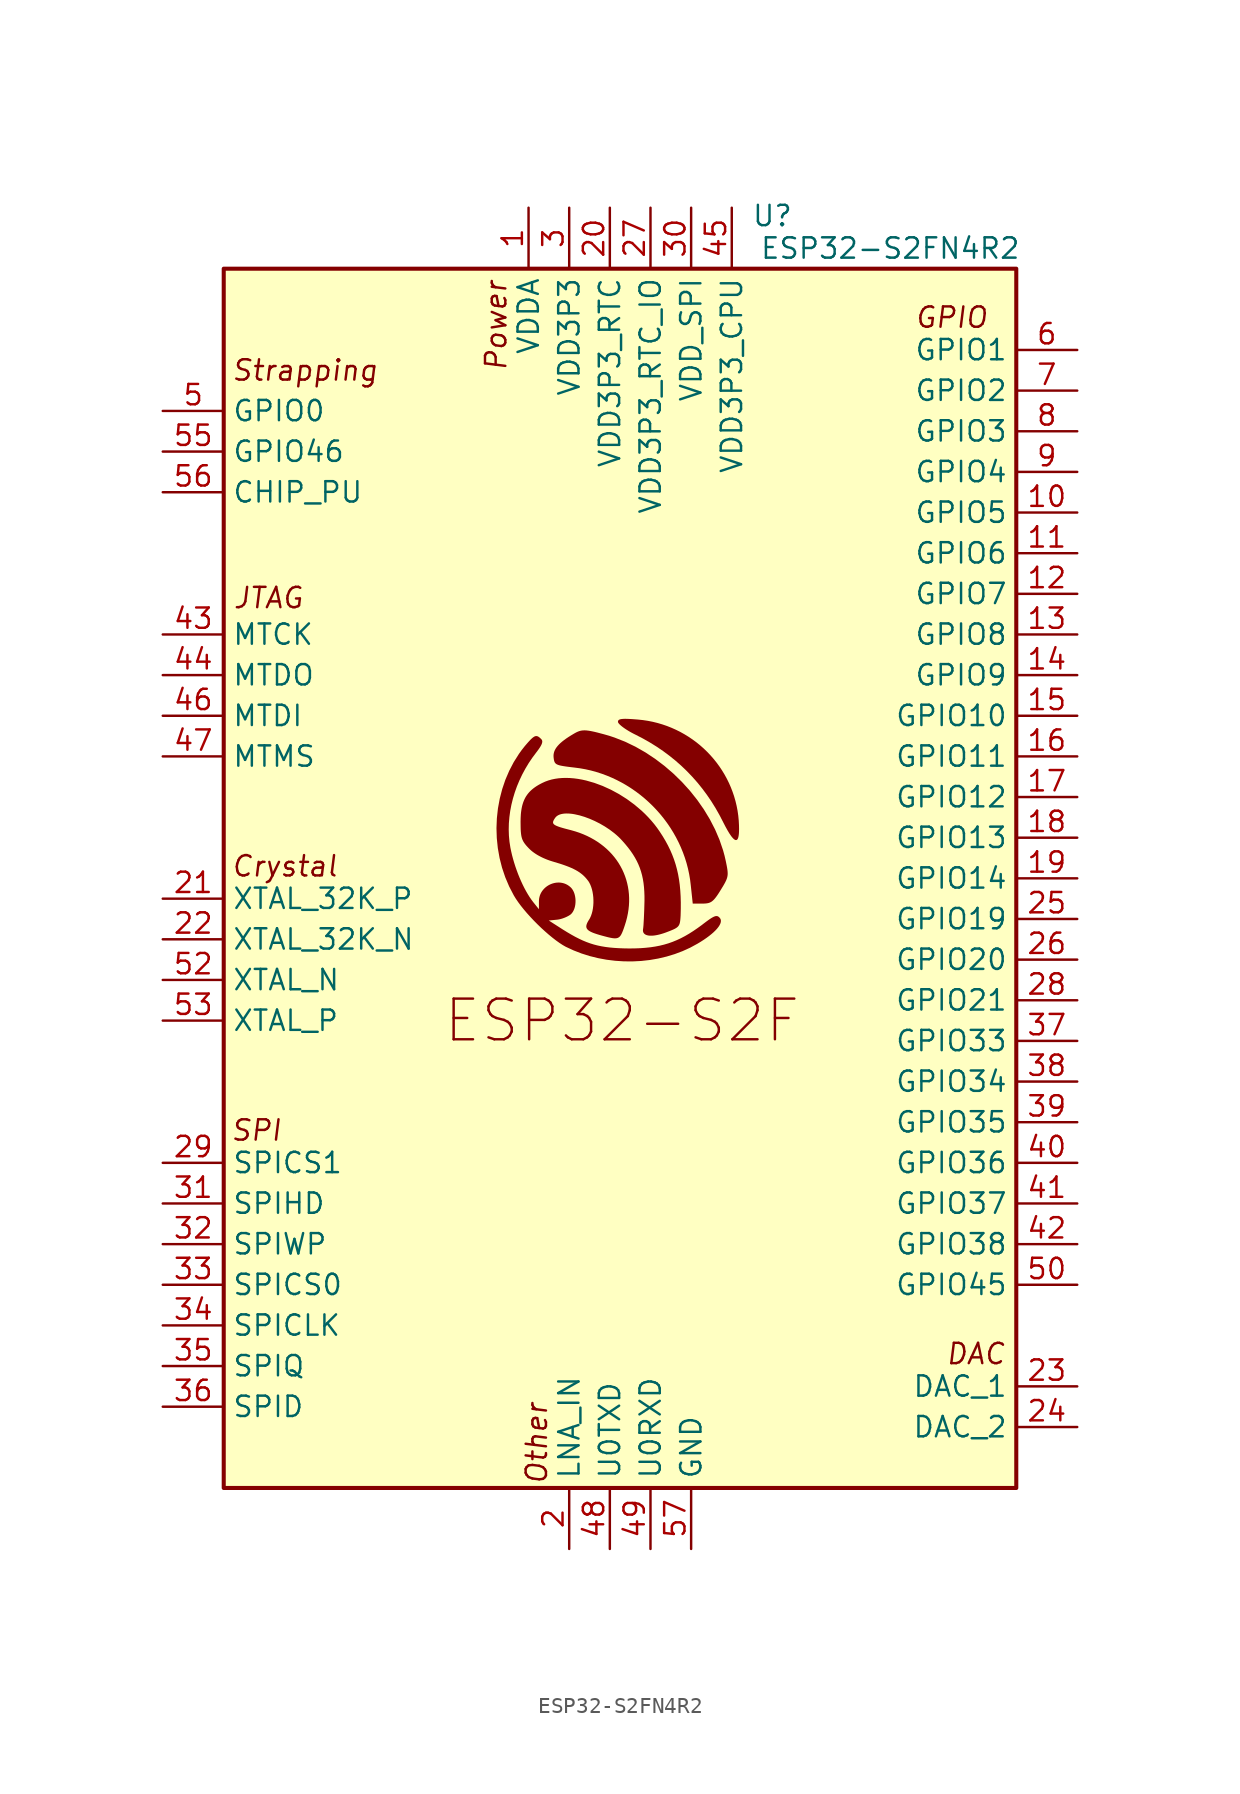
<source format=kicad_sym>
(kicad_symbol_lib
  (version 20231120)
  (generator "kicad_symbol_editor")
  (generator_version "8.0")
  (symbol "ESP32-S2FN4R2"
    (property "Reference" "U"
      (at 8.89 38.862 0)
      (effects (font (size 1.27 1.27))))
    (property "Value" "ESP32-S2FN4R2"
      (at 16.256 36.83 0)
      (effects (font (size 1.27 1.27))))
    (symbol "ESP32-S2FN4R2_1_0"
      (polyline (pts (xy -0.138 7.425) (xy 0.142 7.41) (xy 0.489 7.383) (xy 0.803 7.349) (xy 1.112 7.302) (xy 1.417 7.241) (xy 1.717 7.167) (xy 2.011 7.08) (xy 2.3 6.981) (xy 2.583 6.869) (xy 2.86 6.745) (xy 3.13 6.611) (xy 3.393 6.464) (xy 3.649 6.307) (xy 3.897 6.139) (xy 4.138 5.962) (xy 4.37 5.774) (xy 4.594 5.576) (xy 4.809 5.369) (xy 5.014 5.154) (xy 5.211 4.929) (xy 5.397 4.697) (xy 5.574 4.456) (xy 5.74 4.208) (xy 5.895 3.953) (xy 6.039 3.69) (xy 6.172 3.421) (xy 6.293 3.146) (xy 6.402 2.864) (xy 6.499 2.577) (xy 6.583 2.285) (xy 6.654 1.987) (xy 6.712 1.685) (xy 6.756 1.378) (xy 6.786 1.068) (xy 6.801 0.788) (xy 6.806 0.545) (xy 6.801 0.339) (xy 6.795 0.249) (xy 6.786 0.168) (xy 6.775 0.097) (xy 6.761 0.034) (xy 6.745 -0.019) (xy 6.726 -0.063) (xy 6.705 -0.099) (xy 6.681 -0.124) (xy 6.654 -0.141) (xy 6.625 -0.149) (xy 6.594 -0.148) (xy 6.56 -0.138) (xy 6.523 -0.118) (xy 6.484 -0.09) (xy 6.443 -0.052) (xy 6.399 -0.005) (xy 6.352 0.05) (xy 6.303 0.115) (xy 6.196 0.272) (xy 6.08 0.466) (xy 5.953 0.696) (xy 5.816 0.962) (xy 5.584 1.411) (xy 5.337 1.847) (xy 5.075 2.268) (xy 4.798 2.675) (xy 4.507 3.067) (xy 4.201 3.446) (xy 3.88 3.809) (xy 3.545 4.159) (xy 3.196 4.494) (xy 2.832 4.815) (xy 2.453 5.12) (xy 2.061 5.412) (xy 1.654 5.689) (xy 1.233 5.95) (xy 0.797 6.198) (xy 0.348 6.43) (xy 0.234 6.487) (xy 0.123 6.545) (xy 0.016 6.604) (xy -0.086 6.663) (xy -0.183 6.723) (xy -0.275 6.781) (xy -0.36 6.839) (xy -0.439 6.895) (xy -0.511 6.95) (xy -0.574 7.002) (xy -0.63 7.051) (xy -0.676 7.097) (xy -0.696 7.119) (xy -0.714 7.14) (xy -0.728 7.16) (xy -0.741 7.178) (xy -0.75 7.196) (xy -0.757 7.212) (xy -0.762 7.228) (xy -0.763 7.241) (xy -0.76 7.276) (xy -0.751 7.307) (xy -0.735 7.334) (xy -0.711 7.358) (xy -0.679 7.378) (xy -0.637 7.394) (xy -0.584 7.408) (xy -0.521 7.418) (xy -0.445 7.424) (xy -0.357 7.428) (xy -0.255 7.428) (xy -0.138 7.425)) (stroke (width -0.0001) (type solid)) (fill (type outline)))
      (polyline (pts (xy -2.735 6.703) (xy -2.623 6.69) (xy -2.499 6.671) (xy -2.361 6.644) (xy -2.209 6.611) (xy -2.04 6.569) (xy -1.645 6.465) (xy -1.309 6.369) (xy -0.975 6.258) (xy -0.315 5.998) (xy 0.331 5.686) (xy 0.959 5.327) (xy 1.567 4.924) (xy 2.152 4.48) (xy 2.709 3.999) (xy 3.236 3.484) (xy 3.73 2.939) (xy 4.187 2.366) (xy 4.604 1.769) (xy 4.978 1.152) (xy 5.305 0.518) (xy 5.582 -0.13) (xy 5.807 -0.789) (xy 5.898 -1.121) (xy 5.975 -1.455) (xy 6.038 -1.767) (xy 6.061 -1.898) (xy 6.079 -2.016) (xy 6.09 -2.123) (xy 6.095 -2.222) (xy 6.094 -2.268) (xy 6.092 -2.314) (xy 6.087 -2.359) (xy 6.081 -2.403) (xy 6.072 -2.446) (xy 6.062 -2.49) (xy 6.049 -2.534) (xy 6.034 -2.579) (xy 5.997 -2.671) (xy 5.95 -2.769) (xy 5.893 -2.876) (xy 5.826 -2.994) (xy 5.657 -3.271) (xy 5.575 -3.403) (xy 5.499 -3.521) (xy 5.428 -3.625) (xy 5.362 -3.716) (xy 5.299 -3.796) (xy 5.268 -3.832) (xy 5.238 -3.865) (xy 5.208 -3.895) (xy 5.179 -3.923) (xy 5.149 -3.949) (xy 5.119 -3.973) (xy 5.09 -3.994) (xy 5.059 -4.013) (xy 5.029 -4.03) (xy 4.997 -4.045) (xy 4.965 -4.059) (xy 4.933 -4.071) (xy 4.899 -4.081) (xy 4.864 -4.09) (xy 4.827 -4.097) (xy 4.79 -4.103) (xy 4.71 -4.112) (xy 4.623 -4.117) (xy 4.529 -4.118) (xy 3.911 -4.118) (xy 3.788 -2.972) (xy 3.745 -2.619) (xy 3.686 -2.271) (xy 3.612 -1.927) (xy 3.523 -1.588) (xy 3.419 -1.254) (xy 3.301 -0.926) (xy 3.169 -0.603) (xy 3.024 -0.287) (xy 2.865 0.023) (xy 2.694 0.325) (xy 2.511 0.62) (xy 2.315 0.908) (xy 2.108 1.187) (xy 1.89 1.457) (xy 1.661 1.718) (xy 1.422 1.97) (xy 1.173 2.211) (xy 0.914 2.443) (xy 0.646 2.664) (xy 0.369 2.874) (xy 0.084 3.072) (xy -0.209 3.258) (xy -0.51 3.433) (xy -0.819 3.594) (xy -1.133 3.743) (xy -1.455 3.878) (xy -1.782 3.999) (xy -2.116 4.106) (xy -2.454 4.199) (xy -2.797 4.276) (xy -3.145 4.338) (xy -3.497 4.384) (xy -3.706 4.409) (xy -3.89 4.432) (xy -4.05 4.454) (xy -4.189 4.476) (xy -4.252 4.487) (xy -4.309 4.498) (xy -4.362 4.509) (xy -4.41 4.521) (xy -4.454 4.534) (xy -4.495 4.547) (xy -4.531 4.561) (xy -4.564 4.576) (xy -4.594 4.591) (xy -4.621 4.608) (xy -4.645 4.627) (xy -4.666 4.646) (xy -4.684 4.667) (xy -4.701 4.689) (xy -4.715 4.713) (xy -4.728 4.739) (xy -4.738 4.766) (xy -4.748 4.795) (xy -4.756 4.827) (xy -4.763 4.861) (xy -4.775 4.935) (xy -4.785 5.019) (xy -4.79 5.111) (xy -4.785 5.201) (xy -4.77 5.291) (xy -4.745 5.379) (xy -4.709 5.468) (xy -4.662 5.556) (xy -4.604 5.644) (xy -4.533 5.733) (xy -4.451 5.823) (xy -4.357 5.914) (xy -4.25 6.006) (xy -4.13 6.1) (xy -3.997 6.197) (xy -3.85 6.295) (xy -3.689 6.396) (xy -3.515 6.5) (xy -3.428 6.55) (xy -3.345 6.593) (xy -3.265 6.629) (xy -3.185 6.659) (xy -3.105 6.681) (xy -3.021 6.697) (xy -2.933 6.706) (xy -2.838 6.708) (xy -2.735 6.703)) (stroke (width -0.0001) (type solid)) (fill (type outline)))
      (polyline (pts (xy -5.842 6.35) (xy -5.818 6.346) (xy -5.794 6.339) (xy -5.77 6.33) (xy -5.746 6.318) (xy -5.722 6.303) (xy -5.697 6.286) (xy -5.671 6.266) (xy -5.645 6.245) (xy -5.618 6.221) (xy -5.561 6.165) (xy -5.537 6.138) (xy -5.518 6.109) (xy -5.511 6.093) (xy -5.504 6.077) (xy -5.5 6.061) (xy -5.496 6.043) (xy -5.494 6.025) (xy -5.493 6.006) (xy -5.496 5.967) (xy -5.505 5.923) (xy -5.519 5.877) (xy -5.539 5.826) (xy -5.566 5.771) (xy -5.599 5.711) (xy -5.638 5.647) (xy -5.684 5.578) (xy -5.736 5.503) (xy -5.795 5.423) (xy -5.861 5.336) (xy -6.11 5.003) (xy -6.341 4.66) (xy -6.553 4.307) (xy -6.747 3.946) (xy -6.921 3.578) (xy -7.077 3.204) (xy -7.212 2.824) (xy -7.327 2.441) (xy -7.422 2.056) (xy -7.496 1.669) (xy -7.548 1.281) (xy -7.58 0.894) (xy -7.589 0.509) (xy -7.577 0.126) (xy -7.542 -0.252) (xy -7.484 -0.626) (xy -7.436 -0.856) (xy -7.382 -1.089) (xy -7.319 -1.325) (xy -7.25 -1.562) (xy -7.175 -1.798) (xy -7.093 -2.033) (xy -7.007 -2.265) (xy -6.915 -2.493) (xy -6.818 -2.716) (xy -6.718 -2.933) (xy -6.614 -3.142) (xy -6.506 -3.342) (xy -6.396 -3.532) (xy -6.284 -3.711) (xy -6.17 -3.877) (xy -6.055 -4.03) (xy -5.702 -4.471) (xy -5.702 -3.977) (xy -5.698 -3.886) (xy -5.688 -3.797) (xy -5.67 -3.711) (xy -5.647 -3.628) (xy -5.617 -3.548) (xy -5.582 -3.471) (xy -5.541 -3.398) (xy -5.495 -3.328) (xy -5.444 -3.262) (xy -5.389 -3.2) (xy -5.33 -3.141) (xy -5.268 -3.087) (xy -5.201 -3.037) (xy -5.132 -2.991) (xy -5.06 -2.95) (xy -4.985 -2.914) (xy -4.909 -2.883) (xy -4.83 -2.856) (xy -4.75 -2.835) (xy -4.669 -2.819) (xy -4.588 -2.808) (xy -4.505 -2.804) (xy -4.423 -2.804) (xy -4.34 -2.811) (xy -4.258 -2.824) (xy -4.177 -2.843) (xy -4.097 -2.868) (xy -4.019 -2.9) (xy -3.942 -2.938) (xy -3.868 -2.984) (xy -3.796 -3.036) (xy -3.727 -3.095) (xy -3.69 -3.131) (xy -3.655 -3.171) (xy -3.623 -3.214) (xy -3.593 -3.259) (xy -3.565 -3.307) (xy -3.539 -3.357) (xy -3.516 -3.409) (xy -3.495 -3.464) (xy -3.477 -3.52) (xy -3.461 -3.577) (xy -3.436 -3.696) (xy -3.42 -3.818) (xy -3.413 -3.942) (xy -3.417 -4.065) (xy -3.429 -4.188) (xy -3.451 -4.306) (xy -3.466 -4.364) (xy -3.483 -4.42) (xy -3.503 -4.474) (xy -3.525 -4.526) (xy -3.55 -4.577) (xy -3.576 -4.624) (xy -3.606 -4.67) (xy -3.638 -4.712) (xy -3.672 -4.752) (xy -3.709 -4.788) (xy -3.744 -4.815) (xy -3.784 -4.842) (xy -3.827 -4.869) (xy -3.873 -4.895) (xy -3.923 -4.921) (xy -3.975 -4.947) (xy -4.03 -4.972) (xy -4.086 -4.996) (xy -4.144 -5.018) (xy -4.202 -5.039) (xy -4.262 -5.059) (xy -4.322 -5.076) (xy -4.381 -5.092) (xy -4.44 -5.105) (xy -4.498 -5.115) (xy -4.556 -5.123) (xy -5.085 -5.176) (xy -4.203 -5.741) (xy -3.932 -5.908) (xy -3.675 -6.059) (xy -3.429 -6.196) (xy -3.19 -6.317) (xy -2.958 -6.426) (xy -2.728 -6.521) (xy -2.5 -6.604) (xy -2.269 -6.676) (xy -2.034 -6.737) (xy -1.792 -6.787) (xy -1.541 -6.829) (xy -1.278 -6.862) (xy -1.001 -6.887) (xy -0.707 -6.905) (xy -0.393 -6.917) (xy -0.058 -6.923) (xy 0.3 -6.918) (xy 0.639 -6.905) (xy 0.962 -6.881) (xy 1.271 -6.848) (xy 1.567 -6.803) (xy 1.851 -6.748) (xy 2.127 -6.68) (xy 2.394 -6.601) (xy 2.656 -6.508) (xy 2.914 -6.402) (xy 3.17 -6.283) (xy 3.425 -6.149) (xy 3.681 -6) (xy 3.941 -5.835) (xy 4.205 -5.655) (xy 4.476 -5.459) (xy 4.614 -5.352) (xy 4.739 -5.258) (xy 4.851 -5.176) (xy 4.952 -5.104) (xy 4.998 -5.073) (xy 5.042 -5.044) (xy 5.084 -5.018) (xy 5.123 -4.995) (xy 5.16 -4.974) (xy 5.194 -4.956) (xy 5.227 -4.941) (xy 5.258 -4.927) (xy 5.288 -4.917) (xy 5.315 -4.908) (xy 5.342 -4.902) (xy 5.367 -4.898) (xy 5.39 -4.897) (xy 5.413 -4.897) (xy 5.435 -4.9) (xy 5.455 -4.905) (xy 5.475 -4.913) (xy 5.495 -4.922) (xy 5.514 -4.933) (xy 5.532 -4.946) (xy 5.55 -4.961) (xy 5.568 -4.978) (xy 5.586 -4.997) (xy 5.604 -5.018) (xy 5.627 -5.048) (xy 5.645 -5.081) (xy 5.658 -5.115) (xy 5.666 -5.151) (xy 5.67 -5.189) (xy 5.669 -5.228) (xy 5.664 -5.269) (xy 5.655 -5.311) (xy 5.641 -5.354) (xy 5.622 -5.399) (xy 5.573 -5.493) (xy 5.506 -5.592) (xy 5.424 -5.695) (xy 5.325 -5.801) (xy 5.21 -5.912) (xy 5.08 -6.025) (xy 4.935 -6.141) (xy 4.775 -6.26) (xy 4.601 -6.38) (xy 4.413 -6.501) (xy 4.211 -6.623) (xy 3.754 -6.872) (xy 3.278 -7.089) (xy 2.784 -7.275) (xy 2.276 -7.429) (xy 1.757 -7.552) (xy 1.228 -7.644) (xy 0.692 -7.704) (xy 0.152 -7.732) (xy -0.39 -7.728) (xy -0.932 -7.693) (xy -1.47 -7.627) (xy -2.002 -7.528) (xy -2.527 -7.398) (xy -3.041 -7.236) (xy -3.541 -7.042) (xy -4.026 -6.817) (xy -4.216 -6.708) (xy -4.42 -6.575) (xy -4.635 -6.421) (xy -4.858 -6.248) (xy -5.088 -6.059) (xy -5.321 -5.855) (xy -5.556 -5.641) (xy -5.788 -5.417) (xy -6.016 -5.187) (xy -6.237 -4.952) (xy -6.449 -4.717) (xy -6.648 -4.483) (xy -6.833 -4.252) (xy -7 -4.027) (xy -7.147 -3.811) (xy -7.272 -3.607) (xy -7.563 -3.047) (xy -7.808 -2.468) (xy -8.008 -1.873) (xy -8.162 -1.266) (xy -8.271 -0.649) (xy -8.335 -0.028) (xy -8.355 0.596) (xy -8.33 1.218) (xy -8.262 1.835) (xy -8.15 2.443) (xy -7.995 3.04) (xy -7.798 3.622) (xy -7.557 4.184) (xy -7.275 4.724) (xy -6.95 5.239) (xy -6.772 5.486) (xy -6.584 5.724) (xy -6.477 5.849) (xy -6.381 5.959) (xy -6.294 6.054) (xy -6.254 6.097) (xy -6.216 6.136) (xy -6.179 6.171) (xy -6.145 6.203) (xy -6.112 6.232) (xy -6.08 6.258) (xy -6.05 6.28) (xy -6.021 6.299) (xy -5.994 6.316) (xy -5.967 6.329) (xy -5.941 6.339) (xy -5.915 6.346) (xy -5.89 6.35) (xy -5.866 6.351) (xy -5.842 6.35)) (stroke (width -0.0001) (type solid)) (fill (type outline)))
      (polyline (pts (xy -3.756 3.728) (xy -3.51 3.708) (xy -3.26 3.675) (xy -3.007 3.63) (xy -2.751 3.573) (xy -2.236 3.425) (xy -1.718 3.233) (xy -1.204 2.999) (xy -0.699 2.726) (xy -0.207 2.415) (xy 0.264 2.069) (xy 0.711 1.691) (xy 0.923 1.49) (xy 1.127 1.281) (xy 1.322 1.066) (xy 1.508 0.844) (xy 1.683 0.615) (xy 1.847 0.38) (xy 2.035 0.09) (xy 2.206 -0.198) (xy 2.362 -0.485) (xy 2.503 -0.774) (xy 2.629 -1.065) (xy 2.741 -1.36) (xy 2.839 -1.661) (xy 2.923 -1.968) (xy 2.995 -2.284) (xy 3.053 -2.611) (xy 3.099 -2.948) (xy 3.132 -3.299) (xy 3.154 -3.663) (xy 3.165 -4.044) (xy 3.164 -4.442) (xy 3.153 -4.859) (xy 3.146 -4.981) (xy 3.138 -5.089) (xy 3.128 -5.185) (xy 3.115 -5.269) (xy 3.107 -5.308) (xy 3.098 -5.344) (xy 3.088 -5.378) (xy 3.076 -5.41) (xy 3.062 -5.441) (xy 3.047 -5.47) (xy 3.03 -5.497) (xy 3.012 -5.523) (xy 2.991 -5.547) (xy 2.968 -5.571) (xy 2.942 -5.594) (xy 2.914 -5.616) (xy 2.884 -5.637) (xy 2.851 -5.658) (xy 2.776 -5.7) (xy 2.688 -5.742) (xy 2.587 -5.785) (xy 2.472 -5.832) (xy 2.341 -5.882) (xy 2.25 -5.917) (xy 2.16 -5.949) (xy 2.073 -5.979) (xy 1.988 -6.005) (xy 1.905 -6.029) (xy 1.825 -6.051) (xy 1.748 -6.069) (xy 1.672 -6.085) (xy 1.6 -6.098) (xy 1.53 -6.109) (xy 1.463 -6.117) (xy 1.398 -6.122) (xy 1.337 -6.125) (xy 1.278 -6.125) (xy 1.223 -6.123) (xy 1.171 -6.118) (xy 1.121 -6.11) (xy 1.075 -6.1) (xy 1.032 -6.088) (xy 0.993 -6.073) (xy 0.957 -6.056) (xy 0.925 -6.036) (xy 0.896 -6.013) (xy 0.87 -5.989) (xy 0.849 -5.962) (xy 0.831 -5.932) (xy 0.817 -5.9) (xy 0.807 -5.866) (xy 0.801 -5.829) (xy 0.799 -5.79) (xy 0.801 -5.749) (xy 0.807 -5.706) (xy 0.82 -5.606) (xy 0.833 -5.457) (xy 0.857 -5.042) (xy 0.879 -4.517) (xy 0.895 -3.942) (xy 0.894 -3.642) (xy 0.883 -3.357) (xy 0.864 -3.086) (xy 0.834 -2.826) (xy 0.793 -2.578) (xy 0.741 -2.339) (xy 0.677 -2.108) (xy 0.602 -1.885) (xy 0.513 -1.666) (xy 0.412 -1.452) (xy 0.297 -1.242) (xy 0.168 -1.032) (xy 0.025 -0.823) (xy -0.134 -0.613) (xy -0.308 -0.401) (xy -0.499 -0.185) (xy -0.613 -0.062) (xy -0.735 0.058) (xy -0.864 0.174) (xy -0.998 0.287) (xy -1.282 0.502) (xy -1.584 0.701) (xy -1.896 0.882) (xy -2.216 1.043) (xy -2.537 1.184) (xy -2.856 1.302) (xy -3.166 1.395) (xy -3.463 1.462) (xy -3.605 1.486) (xy -3.742 1.502) (xy -3.873 1.511) (xy -3.998 1.512) (xy -4.117 1.506) (xy -4.227 1.491) (xy -4.329 1.469) (xy -4.423 1.438) (xy -4.507 1.398) (xy -4.581 1.35) (xy -4.644 1.293) (xy -4.697 1.226) (xy -4.742 1.157) (xy -4.778 1.095) (xy -4.803 1.038) (xy -4.812 1.012) (xy -4.817 0.986) (xy -4.82 0.962) (xy -4.819 0.939) (xy -4.814 0.917) (xy -4.806 0.895) (xy -4.795 0.874) (xy -4.779 0.854) (xy -4.76 0.834) (xy -4.736 0.814) (xy -4.676 0.776) (xy -4.598 0.738) (xy -4.501 0.699) (xy -4.384 0.658) (xy -4.245 0.616) (xy -4.085 0.571) (xy -3.691 0.468) (xy -3.429 0.393) (xy -3.175 0.309) (xy -2.93 0.214) (xy -2.694 0.11) (xy -2.467 -0.004) (xy -2.249 -0.126) (xy -2.04 -0.257) (xy -1.841 -0.397) (xy -1.651 -0.544) (xy -1.471 -0.699) (xy -1.301 -0.862) (xy -1.141 -1.032) (xy -0.992 -1.209) (xy -0.852 -1.393) (xy -0.724 -1.583) (xy -0.607 -1.779) (xy -0.5 -1.98) (xy -0.405 -2.188) (xy -0.321 -2.4) (xy -0.248 -2.617) (xy -0.188 -2.839) (xy -0.139 -3.064) (xy -0.102 -3.294) (xy -0.077 -3.528) (xy -0.065 -3.765) (xy -0.065 -4.005) (xy -0.078 -4.248) (xy -0.104 -4.493) (xy -0.143 -4.741) (xy -0.195 -4.99) (xy -0.261 -5.242) (xy -0.34 -5.494) (xy -0.393 -5.652) (xy -0.443 -5.791) (xy -0.491 -5.911) (xy -0.538 -6.012) (xy -0.562 -6.057) (xy -0.586 -6.097) (xy -0.612 -6.133) (xy -0.638 -6.165) (xy -0.666 -6.193) (xy -0.695 -6.217) (xy -0.726 -6.237) (xy -0.759 -6.255) (xy -0.794 -6.268) (xy -0.831 -6.278) (xy -0.871 -6.285) (xy -0.914 -6.289) (xy -0.96 -6.29) (xy -1.009 -6.288) (xy -1.062 -6.283) (xy -1.119 -6.275) (xy -1.244 -6.252) (xy -1.387 -6.22) (xy -1.549 -6.178) (xy -1.733 -6.129) (xy -1.918 -6.077) (xy -2.082 -6.027) (xy -2.227 -5.978) (xy -2.292 -5.954) (xy -2.352 -5.93) (xy -2.407 -5.906) (xy -2.458 -5.881) (xy -2.505 -5.857) (xy -2.547 -5.832) (xy -2.585 -5.807) (xy -2.618 -5.781) (xy -2.647 -5.755) (xy -2.672 -5.728) (xy -2.694 -5.7) (xy -2.711 -5.671) (xy -2.724 -5.642) (xy -2.734 -5.612) (xy -2.74 -5.58) (xy -2.742 -5.548) (xy -2.74 -5.514) (xy -2.735 -5.479) (xy -2.727 -5.443) (xy -2.715 -5.405) (xy -2.7 -5.365) (xy -2.683 -5.324) (xy -2.661 -5.281) (xy -2.637 -5.236) (xy -2.61 -5.19) (xy -2.58 -5.141) (xy -2.543 -5.083) (xy -2.509 -5.021) (xy -2.448 -4.887) (xy -2.398 -4.74) (xy -2.357 -4.584) (xy -2.327 -4.42) (xy -2.307 -4.251) (xy -2.296 -4.077) (xy -2.296 -3.902) (xy -2.304 -3.727) (xy -2.323 -3.555) (xy -2.351 -3.387) (xy -2.389 -3.226) (xy -2.436 -3.074) (xy -2.492 -2.932) (xy -2.558 -2.803) (xy -2.594 -2.744) (xy -2.633 -2.689) (xy -2.71 -2.59) (xy -2.791 -2.496) (xy -2.877 -2.407) (xy -2.967 -2.323) (xy -3.065 -2.244) (xy -3.169 -2.167) (xy -3.282 -2.094) (xy -3.405 -2.023) (xy -3.537 -1.955) (xy -3.681 -1.888) (xy -3.837 -1.822) (xy -4.007 -1.757) (xy -4.191 -1.691) (xy -4.39 -1.625) (xy -4.838 -1.49) (xy -4.95 -1.455) (xy -5.061 -1.418) (xy -5.17 -1.378) (xy -5.278 -1.335) (xy -5.384 -1.29) (xy -5.487 -1.243) (xy -5.588 -1.193) (xy -5.687 -1.141) (xy -5.782 -1.088) (xy -5.873 -1.032) (xy -5.962 -0.974) (xy -6.046 -0.914) (xy -6.126 -0.853) (xy -6.201 -0.79) (xy -6.271 -0.726) (xy -6.337 -0.661) (xy -6.418 -0.575) (xy -6.491 -0.494) (xy -6.554 -0.417) (xy -6.61 -0.342) (xy -6.659 -0.268) (xy -6.7 -0.192) (xy -6.736 -0.113) (xy -6.765 -0.03) (xy -6.789 0.059) (xy -6.808 0.156) (xy -6.822 0.263) (xy -6.833 0.381) (xy -6.841 0.512) (xy -6.845 0.657) (xy -6.849 0.997) (xy -6.844 1.234) (xy -6.832 1.456) (xy -6.822 1.561) (xy -6.809 1.663) (xy -6.795 1.761) (xy -6.778 1.856) (xy -6.759 1.948) (xy -6.737 2.037) (xy -6.712 2.122) (xy -6.685 2.205) (xy -6.655 2.285) (xy -6.622 2.363) (xy -6.587 2.437) (xy -6.549 2.51) (xy -6.508 2.58) (xy -6.463 2.647) (xy -6.416 2.713) (xy -6.366 2.776) (xy -6.313 2.838) (xy -6.257 2.897) (xy -6.197 2.955) (xy -6.134 3.011) (xy -6.068 3.066) (xy -5.998 3.119) (xy -5.926 3.171) (xy -5.849 3.222) (xy -5.769 3.271) (xy -5.686 3.32) (xy -5.508 3.414) (xy -5.316 3.502) (xy -5.115 3.576) (xy -4.906 3.636) (xy -4.689 3.681) (xy -4.465 3.713) (xy -4.234 3.731) (xy -3.998 3.736) (xy -3.756 3.728)) (stroke (width -0.0001) (type solid)) (fill (type outline)))
      (pin power_in line (at -6.35 39.37 270) (length 3.81) (name "VDDA" (effects (font (size 1.27 1.27)))) (number "1" (effects (font (size 1.27 1.27)))))
      (pin bidirectional line (at 27.94 20.32 180) (length 3.81) (name "GPIO5" (effects (font (size 1.27 1.27)))) (number "10" (effects (font (size 1.27 1.27)))))
      (pin bidirectional line (at 27.94 17.78 180) (length 3.81) (name "GPIO6" (effects (font (size 1.27 1.27)))) (number "11" (effects (font (size 1.27 1.27)))))
      (pin bidirectional line (at 27.94 15.24 180) (length 3.81) (name "GPIO7" (effects (font (size 1.27 1.27)))) (number "12" (effects (font (size 1.27 1.27)))))
      (pin bidirectional line (at 27.94 12.7 180) (length 3.81) (name "GPIO8" (effects (font (size 1.27 1.27)))) (number "13" (effects (font (size 1.27 1.27)))))
      (pin bidirectional line (at 27.94 10.16 180) (length 3.81) (name "GPIO9" (effects (font (size 1.27 1.27)))) (number "14" (effects (font (size 1.27 1.27)))))
      (pin bidirectional line (at 27.94 7.62 180) (length 3.81) (name "GPIO10" (effects (font (size 1.27 1.27)))) (number "15" (effects (font (size 1.27 1.27)))))
      (pin bidirectional line (at 27.94 5.08 180) (length 3.81) (name "GPIO11" (effects (font (size 1.27 1.27)))) (number "16" (effects (font (size 1.27 1.27)))))
      (pin bidirectional line (at 27.94 2.54 180) (length 3.81) (name "GPIO12" (effects (font (size 1.27 1.27)))) (number "17" (effects (font (size 1.27 1.27)))))
      (pin bidirectional line (at 27.94 0 180) (length 3.81) (name "GPIO13" (effects (font (size 1.27 1.27)))) (number "18" (effects (font (size 1.27 1.27)))))
      (pin bidirectional line (at 27.94 -2.54 180) (length 3.81) (name "GPIO14" (effects (font (size 1.27 1.27)))) (number "19" (effects (font (size 1.27 1.27)))))
      (pin bidirectional line (at -3.81 -44.45 90) (length 3.81) (name "LNA_IN" (effects (font (size 1.27 1.27)))) (number "2" (effects (font (size 1.27 1.27)))))
      (pin power_in line (at -1.27 39.37 270) (length 3.81) (name "VDD3P3_RTC" (effects (font (size 1.27 1.27)))) (number "20" (effects (font (size 1.27 1.27)))))
      (pin bidirectional line (at -29.21 -3.81 0) (length 3.81) (name "XTAL_32K_P" (effects (font (size 1.27 1.27)))) (number "21" (effects (font (size 1.27 1.27)))))
      (pin bidirectional line (at -29.21 -6.35 0) (length 3.81) (name "XTAL_32K_N" (effects (font (size 1.27 1.27)))) (number "22" (effects (font (size 1.27 1.27)))))
      (pin bidirectional line (at 27.94 -34.29 180) (length 3.81) (name "DAC_1" (effects (font (size 1.27 1.27)))) (number "23" (effects (font (size 1.27 1.27)))))
      (pin bidirectional line (at 27.94 -36.83 180) (length 3.81) (name "DAC_2" (effects (font (size 1.27 1.27)))) (number "24" (effects (font (size 1.27 1.27)))))
      (pin bidirectional line (at 27.94 -5.08 180) (length 3.81) (name "GPIO19" (effects (font (size 1.27 1.27)))) (number "25" (effects (font (size 1.27 1.27)))))
      (pin bidirectional line (at 27.94 -7.62 180) (length 3.81) (name "GPIO20" (effects (font (size 1.27 1.27)))) (number "26" (effects (font (size 1.27 1.27)))))
      (pin power_in line (at 1.27 39.37 270) (length 3.81) (name "VDD3P3_RTC_IO" (effects (font (size 1.27 1.27)))) (number "27" (effects (font (size 1.27 1.27)))))
      (pin bidirectional line (at 27.94 -10.16 180) (length 3.81) (name "GPIO21" (effects (font (size 1.27 1.27)))) (number "28" (effects (font (size 1.27 1.27)))))
      (pin bidirectional line (at -29.21 -20.32 0) (length 3.81) (name "SPICS1" (effects (font (size 1.27 1.27)))) (number "29" (effects (font (size 1.27 1.27)))))
      (pin power_in line (at -3.81 39.37 270) (length 3.81) (name "VDD3P3" (effects (font (size 1.27 1.27)))) (number "3" (effects (font (size 1.27 1.27)))))
      (pin power_out line (at 3.81 39.37 270) (length 3.81) (name "VDD_SPI" (effects (font (size 1.27 1.27)))) (number "30" (effects (font (size 1.27 1.27)))))
      (pin bidirectional line (at -29.21 -22.86 0) (length 3.81) (name "SPIHD" (effects (font (size 1.27 1.27)))) (number "31" (effects (font (size 1.27 1.27)))))
      (pin bidirectional line (at -29.21 -25.4 0) (length 3.81) (name "SPIWP" (effects (font (size 1.27 1.27)))) (number "32" (effects (font (size 1.27 1.27)))))
      (pin bidirectional line (at -29.21 -27.94 0) (length 3.81) (name "SPICS0" (effects (font (size 1.27 1.27)))) (number "33" (effects (font (size 1.27 1.27)))))
      (pin bidirectional line (at -29.21 -30.48 0) (length 3.81) (name "SPICLK" (effects (font (size 1.27 1.27)))) (number "34" (effects (font (size 1.27 1.27)))))
      (pin bidirectional line (at -29.21 -33.02 0) (length 3.81) (name "SPIQ" (effects (font (size 1.27 1.27)))) (number "35" (effects (font (size 1.27 1.27)))))
      (pin bidirectional line (at -29.21 -35.56 0) (length 3.81) (name "SPID" (effects (font (size 1.27 1.27)))) (number "36" (effects (font (size 1.27 1.27)))))
      (pin bidirectional line (at 27.94 -12.7 180) (length 3.81) (name "GPIO33" (effects (font (size 1.27 1.27)))) (number "37" (effects (font (size 1.27 1.27)))))
      (pin bidirectional line (at 27.94 -15.24 180) (length 3.81) (name "GPIO34" (effects (font (size 1.27 1.27)))) (number "38" (effects (font (size 1.27 1.27)))))
      (pin bidirectional line (at 27.94 -17.78 180) (length 3.81) (name "GPIO35" (effects (font (size 1.27 1.27)))) (number "39" (effects (font (size 1.27 1.27)))))
      (pin power_in line (at -3.81 39.37 270) (length 3.81) hide (name "VDD3P3" (effects (font (size 1.27 1.27)))) (number "4" (effects (font (size 1.27 1.27)))))
      (pin bidirectional line (at 27.94 -20.32 180) (length 3.81) (name "GPIO36" (effects (font (size 1.27 1.27)))) (number "40" (effects (font (size 1.27 1.27)))))
      (pin bidirectional line (at 27.94 -22.86 180) (length 3.81) (name "GPIO37" (effects (font (size 1.27 1.27)))) (number "41" (effects (font (size 1.27 1.27)))))
      (pin bidirectional line (at 27.94 -25.4 180) (length 3.81) (name "GPIO38" (effects (font (size 1.27 1.27)))) (number "42" (effects (font (size 1.27 1.27)))))
      (pin bidirectional line (at -29.21 12.7 0) (length 3.81) (name "MTCK" (effects (font (size 1.27 1.27)))) (number "43" (effects (font (size 1.27 1.27)))))
      (pin bidirectional line (at -29.21 10.16 0) (length 3.81) (name "MTDO" (effects (font (size 1.27 1.27)))) (number "44" (effects (font (size 1.27 1.27)))))
      (pin power_in line (at 6.35 39.37 270) (length 3.81) (name "VDD3P3_CPU" (effects (font (size 1.27 1.27)))) (number "45" (effects (font (size 1.27 1.27)))))
      (pin bidirectional line (at -29.21 7.62 0) (length 3.81) (name "MTDI" (effects (font (size 1.27 1.27)))) (number "46" (effects (font (size 1.27 1.27)))))
      (pin bidirectional line (at -29.21 5.08 0) (length 3.81) (name "MTMS" (effects (font (size 1.27 1.27)))) (number "47" (effects (font (size 1.27 1.27)))))
      (pin bidirectional line (at -1.27 -44.45 90) (length 3.81) (name "U0TXD" (effects (font (size 1.27 1.27)))) (number "48" (effects (font (size 1.27 1.27)))))
      (pin bidirectional line (at 1.27 -44.45 90) (length 3.81) (name "U0RXD" (effects (font (size 1.27 1.27)))) (number "49" (effects (font (size 1.27 1.27)))))
      (pin bidirectional line (at -29.21 26.67 0) (length 3.81) (name "GPIO0" (effects (font (size 1.27 1.27)))) (number "5" (effects (font (size 1.27 1.27)))))
      (pin bidirectional line (at 27.94 -27.94 180) (length 3.81) (name "GPIO45" (effects (font (size 1.27 1.27)))) (number "50" (effects (font (size 1.27 1.27)))))
      (pin power_in line (at -6.35 39.37 270) (length 3.81) hide (name "VDDA" (effects (font (size 1.27 1.27)))) (number "51" (effects (font (size 1.27 1.27)))))
      (pin output line (at -29.21 -8.89 0) (length 3.81) (name "XTAL_N" (effects (font (size 1.27 1.27)))) (number "52" (effects (font (size 1.27 1.27)))))
      (pin input line (at -29.21 -11.43 0) (length 3.81) (name "XTAL_P" (effects (font (size 1.27 1.27)))) (number "53" (effects (font (size 1.27 1.27)))))
      (pin power_in line (at -6.35 39.37 270) (length 3.81) hide (name "VDDA" (effects (font (size 1.27 1.27)))) (number "54" (effects (font (size 1.27 1.27)))))
      (pin input line (at -29.21 24.13 0) (length 3.81) (name "GPIO46" (effects (font (size 1.27 1.27)))) (number "55" (effects (font (size 1.27 1.27)))))
      (pin input line (at -29.21 21.59 0) (length 3.81) (name "CHIP_PU" (effects (font (size 1.27 1.27)))) (number "56" (effects (font (size 1.27 1.27)))))
      (pin power_in line (at 3.81 -44.45 90) (length 3.81) (name "GND" (effects (font (size 1.27 1.27)))) (number "57" (effects (font (size 1.27 1.27)))))
      (pin bidirectional line (at 27.94 30.48 180) (length 3.81) (name "GPIO1" (effects (font (size 1.27 1.27)))) (number "6" (effects (font (size 1.27 1.27)))))
      (pin bidirectional line (at 27.94 27.94 180) (length 3.81) (name "GPIO2" (effects (font (size 1.27 1.27)))) (number "7" (effects (font (size 1.27 1.27)))))
      (pin bidirectional line (at 27.94 25.4 180) (length 3.81) (name "GPIO3" (effects (font (size 1.27 1.27)))) (number "8" (effects (font (size 1.27 1.27)))))
      (pin bidirectional line (at 27.94 22.86 180) (length 3.81) (name "GPIO4" (effects (font (size 1.27 1.27)))) (number "9" (effects (font (size 1.27 1.27))))))
    (symbol "ESP32-S2FN4R2_1_1"
      (rectangle (start -25.4 35.56) (end 24.13 -40.64) (stroke (width 0.254) (type default)) (fill (type background)))
      (text "Crystal" (at -21.59 -1.778 0) (effects (font (size 1.27 1.27) (italic yes))))
      (text "DAC" (at 21.59 -32.258 0) (effects (font (size 1.27 1.27) (italic yes))))
      (text "ESP32-S2F" (at -0.508 -11.43 0) (effects (font (size 2.54 2.54))))
      (text "GPIO" (at 20.066 32.512 0) (effects (font (size 1.27 1.27) (italic yes))))
      (text "JTAG" (at -22.606 14.986 0) (effects (font (size 1.27 1.27) (italic yes))))
      (text "Other" (at -5.842 -37.846 900) (effects (font (size 1.27 1.27) (italic yes))))
      (text "Power" (at -8.382 32.004 900) (effects (font (size 1.27 1.27) (italic yes))))
      (text "SPI" (at -23.368 -18.288 0) (effects (font (size 1.27 1.27) (italic yes))))
      (text "Strapping" (at -20.32 29.21 0) (effects (font (size 1.27 1.27) (italic yes)))))))
</source>
